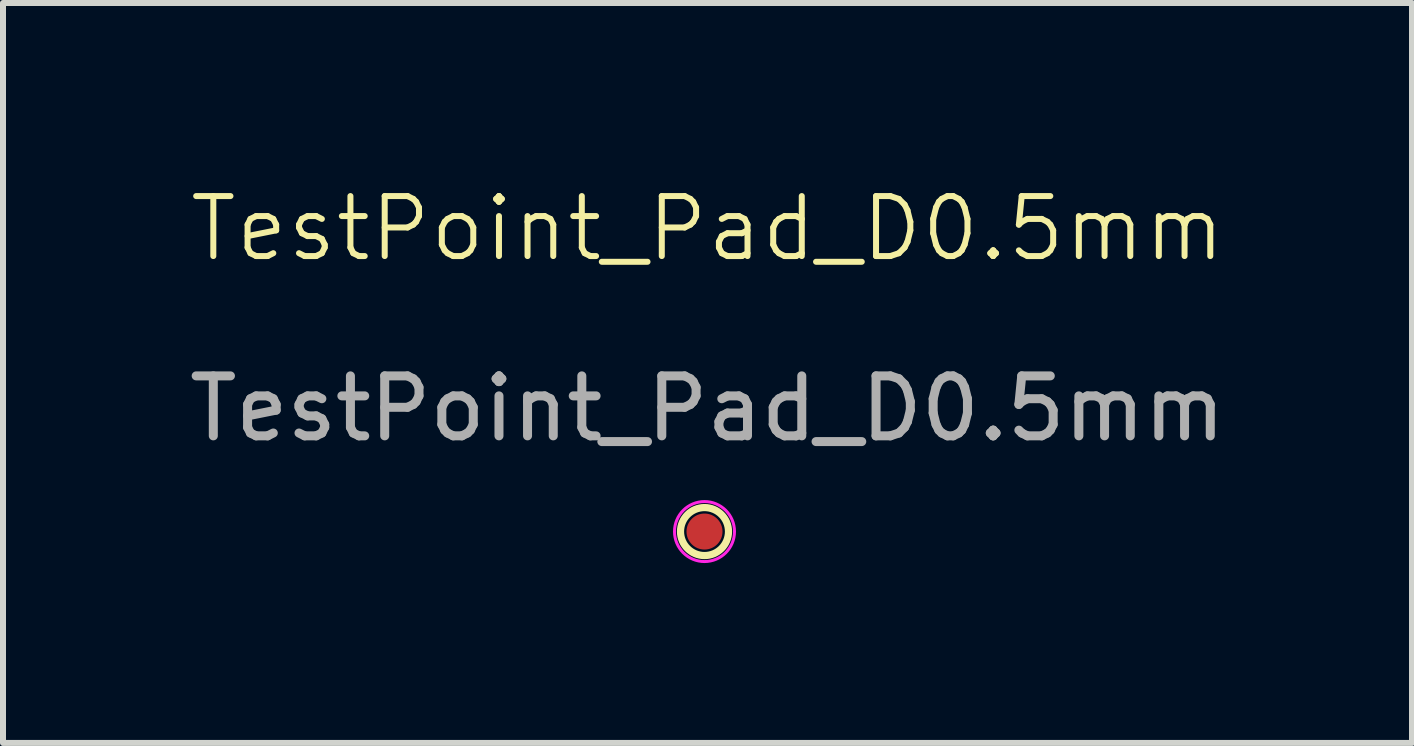
<source format=kicad_pcb>
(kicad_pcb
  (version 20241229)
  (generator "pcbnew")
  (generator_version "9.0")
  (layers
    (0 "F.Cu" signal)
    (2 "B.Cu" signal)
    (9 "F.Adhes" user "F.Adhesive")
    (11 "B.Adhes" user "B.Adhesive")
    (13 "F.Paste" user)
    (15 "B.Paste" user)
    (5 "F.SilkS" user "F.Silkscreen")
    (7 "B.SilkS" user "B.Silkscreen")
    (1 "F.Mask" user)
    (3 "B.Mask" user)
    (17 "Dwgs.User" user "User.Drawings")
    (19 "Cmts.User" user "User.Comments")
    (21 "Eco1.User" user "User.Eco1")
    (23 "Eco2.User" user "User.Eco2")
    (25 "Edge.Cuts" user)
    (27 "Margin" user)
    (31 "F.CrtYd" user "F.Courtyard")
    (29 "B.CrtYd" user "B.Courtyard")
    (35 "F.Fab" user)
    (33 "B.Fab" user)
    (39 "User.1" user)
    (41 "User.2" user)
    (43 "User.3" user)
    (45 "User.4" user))
  (footprint "TestPoint_Pad_D0.5mm"
    (layer "F.Cu")
    (at 8.744 5.811)
    (property "Reference" "TestPoint_Pad_D0.5mm" (at 0 -5.05 0) (unlocked yes) (layer "F.SilkS") (effects (font (size 1 1) (thickness 0.1))))
    (attr smd)
    (fp_circle (center -0.05 0) (end 0.35 0) (stroke (width 0.12) (type solid)) (fill no) (layer "F.SilkS"))
    (fp_circle (center -0.05 0) (end 0.45 0) (stroke (width 0.05) (type solid)) (fill no) (layer "F.CrtYd"))
    (fp_text user "${REFERENCE}" (at 0 -2.05 0) (unlocked yes) (layer "F.Fab") (effects (font (size 1 1) (thickness 0.15))))
    (pad "1" smd circle (at -0.05 0) (size 0.6 0.6) (layers "F.Cu" "F.Mask")))
  (gr_rect
    (start -3 -3)
    (end 20.488 9.335)
    (stroke (width 0.1) (type default))
    (fill no)
    (layer "Edge.Cuts")))
</source>
